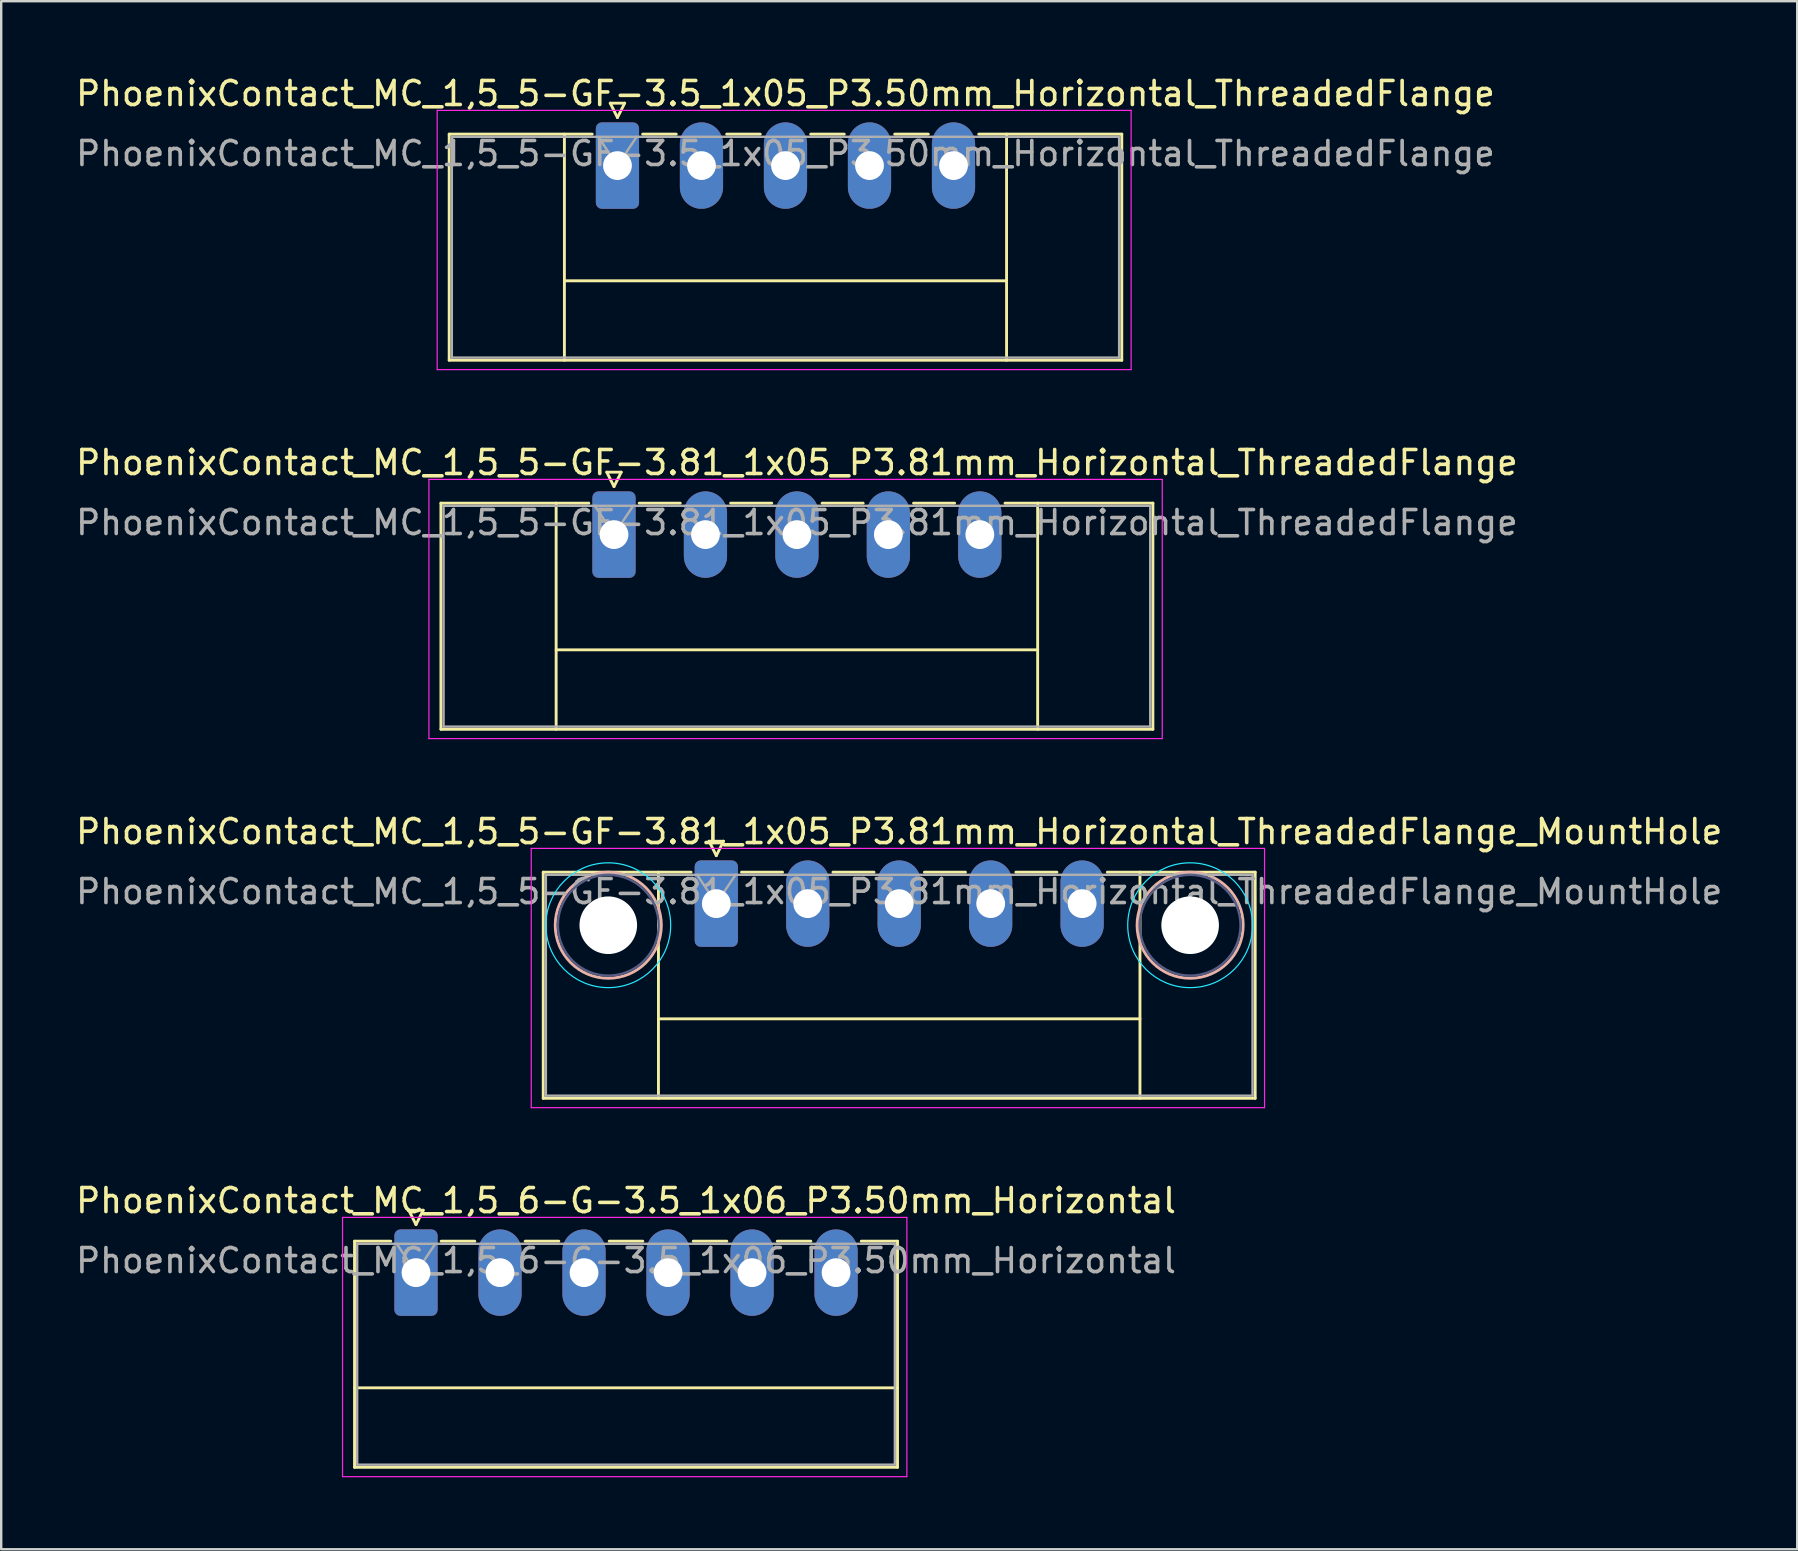
<source format=kicad_pcb>
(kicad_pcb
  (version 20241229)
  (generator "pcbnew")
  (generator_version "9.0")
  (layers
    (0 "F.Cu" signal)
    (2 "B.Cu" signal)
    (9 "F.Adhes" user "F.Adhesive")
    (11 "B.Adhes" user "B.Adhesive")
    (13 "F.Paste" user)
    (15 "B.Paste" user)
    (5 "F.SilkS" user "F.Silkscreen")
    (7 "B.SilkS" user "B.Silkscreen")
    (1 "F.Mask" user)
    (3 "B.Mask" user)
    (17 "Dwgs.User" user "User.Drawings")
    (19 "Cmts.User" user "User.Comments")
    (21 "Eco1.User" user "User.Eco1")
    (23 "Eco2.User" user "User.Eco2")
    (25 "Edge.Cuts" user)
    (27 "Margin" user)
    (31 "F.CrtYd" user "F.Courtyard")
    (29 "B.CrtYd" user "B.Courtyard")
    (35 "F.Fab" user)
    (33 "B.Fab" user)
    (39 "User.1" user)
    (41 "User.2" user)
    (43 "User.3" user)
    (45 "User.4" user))
  (footprint "PhoenixContact_MC_1,5_6-G-3.5_1x06_P3.50mm_Horizontal"
    (layer "F.Cu")
    (at 14.28 49.968)
    (property "Reference" "PhoenixContact_MC_1,5_6-G-3.5_1x06_P3.50mm_Horizontal" (at 8.75 -3 0) (layer "F.SilkS") (effects (font (size 1 1) (thickness 0.15))))
    (attr through_hole)
    (fp_line (start -2.56 -1.31) (end -2.56 8.11) (stroke (width 0.12) (type solid)) (layer "F.SilkS"))
    (fp_line (start -2.56 -1.31) (end -1.05 -1.31) (stroke (width 0.12) (type solid)) (layer "F.SilkS"))
    (fp_line (start -2.56 4.8) (end 20.06 4.8) (stroke (width 0.12) (type solid)) (layer "F.SilkS"))
    (fp_line (start -2.56 8.11) (end 20.06 8.11) (stroke (width 0.12) (type solid)) (layer "F.SilkS"))
    (fp_line (start -0.3 -2.6) (end 0.3 -2.6) (stroke (width 0.12) (type solid)) (layer "F.SilkS"))
    (fp_line (start 0 -2) (end -0.3 -2.6) (stroke (width 0.12) (type solid)) (layer "F.SilkS"))
    (fp_line (start 0.3 -2.6) (end 0 -2) (stroke (width 0.12) (type solid)) (layer "F.SilkS"))
    (fp_line (start 1.05 -1.31) (end 2.45 -1.31) (stroke (width 0.12) (type solid)) (layer "F.SilkS"))
    (fp_line (start 4.55 -1.31) (end 5.95 -1.31) (stroke (width 0.12) (type solid)) (layer "F.SilkS"))
    (fp_line (start 8.05 -1.31) (end 9.45 -1.31) (stroke (width 0.12) (type solid)) (layer "F.SilkS"))
    (fp_line (start 11.55 -1.31) (end 12.95 -1.31) (stroke (width 0.12) (type solid)) (layer "F.SilkS"))
    (fp_line (start 15.05 -1.31) (end 16.45 -1.31) (stroke (width 0.12) (type solid)) (layer "F.SilkS"))
    (fp_line (start 20.06 -1.31) (end 18.55 -1.31) (stroke (width 0.12) (type solid)) (layer "F.SilkS"))
    (fp_line (start 20.06 8.11) (end 20.06 -1.31) (stroke (width 0.12) (type solid)) (layer "F.SilkS"))
    (fp_line (start -3.06 -2.3) (end -3.06 8.5) (stroke (width 0.05) (type solid)) (layer "F.CrtYd"))
    (fp_line (start -3.06 8.5) (end 20.45 8.5) (stroke (width 0.05) (type solid)) (layer "F.CrtYd"))
    (fp_line (start 20.45 -2.3) (end -3.06 -2.3) (stroke (width 0.05) (type solid)) (layer "F.CrtYd"))
    (fp_line (start 20.45 8.5) (end 20.45 -2.3) (stroke (width 0.05) (type solid)) (layer "F.CrtYd"))
    (fp_line (start -2.45 -1.2) (end -2.45 8) (stroke (width 0.1) (type solid)) (layer "F.Fab"))
    (fp_line (start -2.45 8) (end 19.95 8) (stroke (width 0.1) (type solid)) (layer "F.Fab"))
    (fp_line (start 0 0) (end -0.8 -1.2) (stroke (width 0.1) (type solid)) (layer "F.Fab"))
    (fp_line (start 0.8 -1.2) (end 0 0) (stroke (width 0.1) (type solid)) (layer "F.Fab"))
    (fp_line (start 19.95 -1.2) (end -2.45 -1.2) (stroke (width 0.1) (type solid)) (layer "F.Fab"))
    (fp_line (start 19.95 8) (end 19.95 -1.2) (stroke (width 0.1) (type solid)) (layer "F.Fab"))
    (fp_text user "${REFERENCE}" (at 8.75 -0.5 0) (layer "F.Fab") (effects (font (size 1 1) (thickness 0.15))))
    (pad "1" thru_hole roundrect (at 0 0) (size 1.8 3.6) (drill 1.2) (layers "*.Cu" "*.Mask") (roundrect_rratio 0.139))
    (pad "2" thru_hole oval (at 3.5 0) (size 1.8 3.6) (drill 1.2) (layers "*.Cu" "*.Mask"))
    (pad "3" thru_hole oval (at 7 0) (size 1.8 3.6) (drill 1.2) (layers "*.Cu" "*.Mask"))
    (pad "4" thru_hole oval (at 10.5 0) (size 1.8 3.6) (drill 1.2) (layers "*.Cu" "*.Mask"))
    (pad "5" thru_hole oval (at 14 0) (size 1.8 3.6) (drill 1.2) (layers "*.Cu" "*.Mask"))
    (pad "6" thru_hole oval (at 17.5 0) (size 1.8 3.6) (drill 1.2) (layers "*.Cu" "*.Mask")))
  (footprint "PhoenixContact_MC_1,5_5-GF-3.81_1x05_P3.81mm_Horizontal_ThreadedFlange_MountHole"
    (layer "F.Cu")
    (at 26.791 34.595)
    (property "Reference" "PhoenixContact_MC_1,5_5-GF-3.81_1x05_P3.81mm_Horizontal_ThreadedFlange_MountHole" (at 7.62 -3 0) (layer "F.SilkS") (effects (font (size 1 1) (thickness 0.15))))
    (attr through_hole)
    (fp_line (start -7.21 -1.31) (end -7.21 8.11) (stroke (width 0.12) (type solid)) (layer "F.SilkS"))
    (fp_line (start -7.21 -1.31) (end -1.05 -1.31) (stroke (width 0.12) (type solid)) (layer "F.SilkS"))
    (fp_line (start -7.21 8.11) (end 22.45 8.11) (stroke (width 0.12) (type solid)) (layer "F.SilkS"))
    (fp_line (start -2.41 -1.31) (end -2.41 8.11) (stroke (width 0.12) (type solid)) (layer "F.SilkS"))
    (fp_line (start -2.41 4.8) (end 17.65 4.8) (stroke (width 0.12) (type solid)) (layer "F.SilkS"))
    (fp_line (start -0.3 -2.6) (end 0.3 -2.6) (stroke (width 0.12) (type solid)) (layer "F.SilkS"))
    (fp_line (start 0 -2) (end -0.3 -2.6) (stroke (width 0.12) (type solid)) (layer "F.SilkS"))
    (fp_line (start 0.3 -2.6) (end 0 -2) (stroke (width 0.12) (type solid)) (layer "F.SilkS"))
    (fp_line (start 1.05 -1.31) (end 2.76 -1.31) (stroke (width 0.12) (type solid)) (layer "F.SilkS"))
    (fp_line (start 4.86 -1.31) (end 6.57 -1.31) (stroke (width 0.12) (type solid)) (layer "F.SilkS"))
    (fp_line (start 8.67 -1.31) (end 10.38 -1.31) (stroke (width 0.12) (type solid)) (layer "F.SilkS"))
    (fp_line (start 12.48 -1.31) (end 14.19 -1.31) (stroke (width 0.12) (type solid)) (layer "F.SilkS"))
    (fp_line (start 17.65 -1.31) (end 17.65 8.11) (stroke (width 0.12) (type solid)) (layer "F.SilkS"))
    (fp_line (start 22.45 -1.31) (end 16.29 -1.31) (stroke (width 0.12) (type solid)) (layer "F.SilkS"))
    (fp_line (start 22.45 8.11) (end 22.45 -1.31) (stroke (width 0.12) (type solid)) (layer "F.SilkS"))
    (fp_circle (center -4.5 0.9) (end -2.29 0.9) (stroke (width 0.12) (type solid)) (fill no) (layer "B.SilkS"))
    (fp_circle (center 19.74 0.9) (end 21.95 0.9) (stroke (width 0.12) (type solid)) (fill no) (layer "B.SilkS"))
    (fp_circle (center -4.5 0.9) (end -1.9 0.9) (stroke (width 0.05) (type solid)) (fill no) (layer "B.CrtYd"))
    (fp_circle (center 19.74 0.9) (end 22.34 0.9) (stroke (width 0.05) (type solid)) (fill no) (layer "B.CrtYd"))
    (fp_line (start -7.71 -2.3) (end -7.71 8.5) (stroke (width 0.05) (type solid)) (layer "F.CrtYd"))
    (fp_line (start -7.71 8.5) (end 22.84 8.5) (stroke (width 0.05) (type solid)) (layer "F.CrtYd"))
    (fp_line (start 22.84 -2.3) (end -7.71 -2.3) (stroke (width 0.05) (type solid)) (layer "F.CrtYd"))
    (fp_line (start 22.84 8.5) (end 22.84 -2.3) (stroke (width 0.05) (type solid)) (layer "F.CrtYd"))
    (fp_circle (center -4.5 0.9) (end -2.4 0.9) (stroke (width 0.1) (type solid)) (fill no) (layer "B.Fab"))
    (fp_circle (center 19.74 0.9) (end 21.84 0.9) (stroke (width 0.1) (type solid)) (fill no) (layer "B.Fab"))
    (fp_line (start -7.1 -1.2) (end -7.1 8) (stroke (width 0.1) (type solid)) (layer "F.Fab"))
    (fp_line (start -7.1 8) (end 22.34 8) (stroke (width 0.1) (type solid)) (layer "F.Fab"))
    (fp_line (start 0 0) (end -0.8 -1.2) (stroke (width 0.1) (type solid)) (layer "F.Fab"))
    (fp_line (start 0.8 -1.2) (end 0 0) (stroke (width 0.1) (type solid)) (layer "F.Fab"))
    (fp_line (start 22.34 -1.2) (end -7.1 -1.2) (stroke (width 0.1) (type solid)) (layer "F.Fab"))
    (fp_line (start 22.34 8) (end 22.34 -1.2) (stroke (width 0.1) (type solid)) (layer "F.Fab"))
    (fp_text user "${REFERENCE}" (at 7.62 -0.5 0) (layer "F.Fab") (effects (font (size 1 1) (thickness 0.15))))
    (pad "" np_thru_hole circle (at -4.5 0.9) (size 2.4 2.4) (drill 2.4) (layers "*.Cu" "*.Mask"))
    (pad "" np_thru_hole circle (at 19.74 0.9) (size 2.4 2.4) (drill 2.4) (layers "*.Cu" "*.Mask"))
    (pad "1" thru_hole roundrect (at 0 0) (size 1.8 3.6) (drill 1.2) (layers "*.Cu" "*.Mask") (roundrect_rratio 0.139))
    (pad "2" thru_hole oval (at 3.81 0) (size 1.8 3.6) (drill 1.2) (layers "*.Cu" "*.Mask"))
    (pad "3" thru_hole oval (at 7.62 0) (size 1.8 3.6) (drill 1.2) (layers "*.Cu" "*.Mask"))
    (pad "4" thru_hole oval (at 11.43 0) (size 1.8 3.6) (drill 1.2) (layers "*.Cu" "*.Mask"))
    (pad "5" thru_hole oval (at 15.24 0) (size 1.8 3.6) (drill 1.2) (layers "*.Cu" "*.Mask")))
  (footprint "PhoenixContact_MC_1,5_5-GF-3.81_1x05_P3.81mm_Horizontal_ThreadedFlange"
    (layer "F.Cu")
    (at 22.529 19.221)
    (property "Reference" "PhoenixContact_MC_1,5_5-GF-3.81_1x05_P3.81mm_Horizontal_ThreadedFlange" (at 7.62 -3 0) (layer "F.SilkS") (effects (font (size 1 1) (thickness 0.15))))
    (attr through_hole)
    (fp_line (start -7.21 -1.31) (end -7.21 8.11) (stroke (width 0.12) (type solid)) (layer "F.SilkS"))
    (fp_line (start -7.21 -1.31) (end -1.05 -1.31) (stroke (width 0.12) (type solid)) (layer "F.SilkS"))
    (fp_line (start -7.21 8.11) (end 22.45 8.11) (stroke (width 0.12) (type solid)) (layer "F.SilkS"))
    (fp_line (start -2.41 -1.31) (end -2.41 8.11) (stroke (width 0.12) (type solid)) (layer "F.SilkS"))
    (fp_line (start -2.41 4.8) (end 17.65 4.8) (stroke (width 0.12) (type solid)) (layer "F.SilkS"))
    (fp_line (start -0.3 -2.6) (end 0.3 -2.6) (stroke (width 0.12) (type solid)) (layer "F.SilkS"))
    (fp_line (start 0 -2) (end -0.3 -2.6) (stroke (width 0.12) (type solid)) (layer "F.SilkS"))
    (fp_line (start 0.3 -2.6) (end 0 -2) (stroke (width 0.12) (type solid)) (layer "F.SilkS"))
    (fp_line (start 1.05 -1.31) (end 2.76 -1.31) (stroke (width 0.12) (type solid)) (layer "F.SilkS"))
    (fp_line (start 4.86 -1.31) (end 6.57 -1.31) (stroke (width 0.12) (type solid)) (layer "F.SilkS"))
    (fp_line (start 8.67 -1.31) (end 10.38 -1.31) (stroke (width 0.12) (type solid)) (layer "F.SilkS"))
    (fp_line (start 12.48 -1.31) (end 14.19 -1.31) (stroke (width 0.12) (type solid)) (layer "F.SilkS"))
    (fp_line (start 17.65 -1.31) (end 17.65 8.11) (stroke (width 0.12) (type solid)) (layer "F.SilkS"))
    (fp_line (start 22.45 -1.31) (end 16.29 -1.31) (stroke (width 0.12) (type solid)) (layer "F.SilkS"))
    (fp_line (start 22.45 8.11) (end 22.45 -1.31) (stroke (width 0.12) (type solid)) (layer "F.SilkS"))
    (fp_line (start -7.71 -2.3) (end -7.71 8.5) (stroke (width 0.05) (type solid)) (layer "F.CrtYd"))
    (fp_line (start -7.71 8.5) (end 22.84 8.5) (stroke (width 0.05) (type solid)) (layer "F.CrtYd"))
    (fp_line (start 22.84 -2.3) (end -7.71 -2.3) (stroke (width 0.05) (type solid)) (layer "F.CrtYd"))
    (fp_line (start 22.84 8.5) (end 22.84 -2.3) (stroke (width 0.05) (type solid)) (layer "F.CrtYd"))
    (fp_line (start -7.1 -1.2) (end -7.1 8) (stroke (width 0.1) (type solid)) (layer "F.Fab"))
    (fp_line (start -7.1 8) (end 22.34 8) (stroke (width 0.1) (type solid)) (layer "F.Fab"))
    (fp_line (start 0 0) (end -0.8 -1.2) (stroke (width 0.1) (type solid)) (layer "F.Fab"))
    (fp_line (start 0.8 -1.2) (end 0 0) (stroke (width 0.1) (type solid)) (layer "F.Fab"))
    (fp_line (start 22.34 -1.2) (end -7.1 -1.2) (stroke (width 0.1) (type solid)) (layer "F.Fab"))
    (fp_line (start 22.34 8) (end 22.34 -1.2) (stroke (width 0.1) (type solid)) (layer "F.Fab"))
    (fp_text user "${REFERENCE}" (at 7.62 -0.5 0) (layer "F.Fab") (effects (font (size 1 1) (thickness 0.15))))
    (pad "1" thru_hole roundrect (at 0 0) (size 1.8 3.6) (drill 1.2) (layers "*.Cu" "*.Mask") (roundrect_rratio 0.139))
    (pad "2" thru_hole oval (at 3.81 0) (size 1.8 3.6) (drill 1.2) (layers "*.Cu" "*.Mask"))
    (pad "3" thru_hole oval (at 7.62 0) (size 1.8 3.6) (drill 1.2) (layers "*.Cu" "*.Mask"))
    (pad "4" thru_hole oval (at 11.43 0) (size 1.8 3.6) (drill 1.2) (layers "*.Cu" "*.Mask"))
    (pad "5" thru_hole oval (at 15.24 0) (size 1.8 3.6) (drill 1.2) (layers "*.Cu" "*.Mask")))
  (footprint "PhoenixContact_MC_1,5_5-GF-3.5_1x05_P3.50mm_Horizontal_ThreadedFlange"
    (layer "F.Cu")
    (at 22.673 3.848)
    (property "Reference" "PhoenixContact_MC_1,5_5-GF-3.5_1x05_P3.50mm_Horizontal_ThreadedFlange" (at 7 -3 0) (layer "F.SilkS") (effects (font (size 1 1) (thickness 0.15))))
    (attr through_hole)
    (fp_line (start -7.01 -1.31) (end -7.01 8.11) (stroke (width 0.12) (type solid)) (layer "F.SilkS"))
    (fp_line (start -7.01 -1.31) (end -1.05 -1.31) (stroke (width 0.12) (type solid)) (layer "F.SilkS"))
    (fp_line (start -7.01 8.11) (end 21.01 8.11) (stroke (width 0.12) (type solid)) (layer "F.SilkS"))
    (fp_line (start -2.21 -1.31) (end -2.21 8.11) (stroke (width 0.12) (type solid)) (layer "F.SilkS"))
    (fp_line (start -2.21 4.8) (end 16.21 4.8) (stroke (width 0.12) (type solid)) (layer "F.SilkS"))
    (fp_line (start -0.3 -2.6) (end 0.3 -2.6) (stroke (width 0.12) (type solid)) (layer "F.SilkS"))
    (fp_line (start 0 -2) (end -0.3 -2.6) (stroke (width 0.12) (type solid)) (layer "F.SilkS"))
    (fp_line (start 0.3 -2.6) (end 0 -2) (stroke (width 0.12) (type solid)) (layer "F.SilkS"))
    (fp_line (start 1.05 -1.31) (end 2.45 -1.31) (stroke (width 0.12) (type solid)) (layer "F.SilkS"))
    (fp_line (start 4.55 -1.31) (end 5.95 -1.31) (stroke (width 0.12) (type solid)) (layer "F.SilkS"))
    (fp_line (start 8.05 -1.31) (end 9.45 -1.31) (stroke (width 0.12) (type solid)) (layer "F.SilkS"))
    (fp_line (start 11.55 -1.31) (end 12.95 -1.31) (stroke (width 0.12) (type solid)) (layer "F.SilkS"))
    (fp_line (start 16.21 -1.31) (end 16.21 8.11) (stroke (width 0.12) (type solid)) (layer "F.SilkS"))
    (fp_line (start 21.01 -1.31) (end 15.05 -1.31) (stroke (width 0.12) (type solid)) (layer "F.SilkS"))
    (fp_line (start 21.01 8.11) (end 21.01 -1.31) (stroke (width 0.12) (type solid)) (layer "F.SilkS"))
    (fp_line (start -7.51 -2.3) (end -7.51 8.5) (stroke (width 0.05) (type solid)) (layer "F.CrtYd"))
    (fp_line (start -7.51 8.5) (end 21.4 8.5) (stroke (width 0.05) (type solid)) (layer "F.CrtYd"))
    (fp_line (start 21.4 -2.3) (end -7.51 -2.3) (stroke (width 0.05) (type solid)) (layer "F.CrtYd"))
    (fp_line (start 21.4 8.5) (end 21.4 -2.3) (stroke (width 0.05) (type solid)) (layer "F.CrtYd"))
    (fp_line (start -6.9 -1.2) (end -6.9 8) (stroke (width 0.1) (type solid)) (layer "F.Fab"))
    (fp_line (start -6.9 8) (end 20.9 8) (stroke (width 0.1) (type solid)) (layer "F.Fab"))
    (fp_line (start 0 0) (end -0.8 -1.2) (stroke (width 0.1) (type solid)) (layer "F.Fab"))
    (fp_line (start 0.8 -1.2) (end 0 0) (stroke (width 0.1) (type solid)) (layer "F.Fab"))
    (fp_line (start 20.9 -1.2) (end -6.9 -1.2) (stroke (width 0.1) (type solid)) (layer "F.Fab"))
    (fp_line (start 20.9 8) (end 20.9 -1.2) (stroke (width 0.1) (type solid)) (layer "F.Fab"))
    (fp_text user "${REFERENCE}" (at 7 -0.5 0) (layer "F.Fab") (effects (font (size 1 1) (thickness 0.15))))
    (pad "1" thru_hole roundrect (at 0 0) (size 1.8 3.6) (drill 1.2) (layers "*.Cu" "*.Mask") (roundrect_rratio 0.139))
    (pad "2" thru_hole oval (at 3.5 0) (size 1.8 3.6) (drill 1.2) (layers "*.Cu" "*.Mask"))
    (pad "3" thru_hole oval (at 7 0) (size 1.8 3.6) (drill 1.2) (layers "*.Cu" "*.Mask"))
    (pad "4" thru_hole oval (at 10.5 0) (size 1.8 3.6) (drill 1.2) (layers "*.Cu" "*.Mask"))
    (pad "5" thru_hole oval (at 14 0) (size 1.8 3.6) (drill 1.2) (layers "*.Cu" "*.Mask")))
  (gr_rect
    (start -3 -3)
    (end 71.821 61.493)
    (stroke (width 0.1) (type default))
    (fill no)
    (layer "Edge.Cuts")))
</source>
